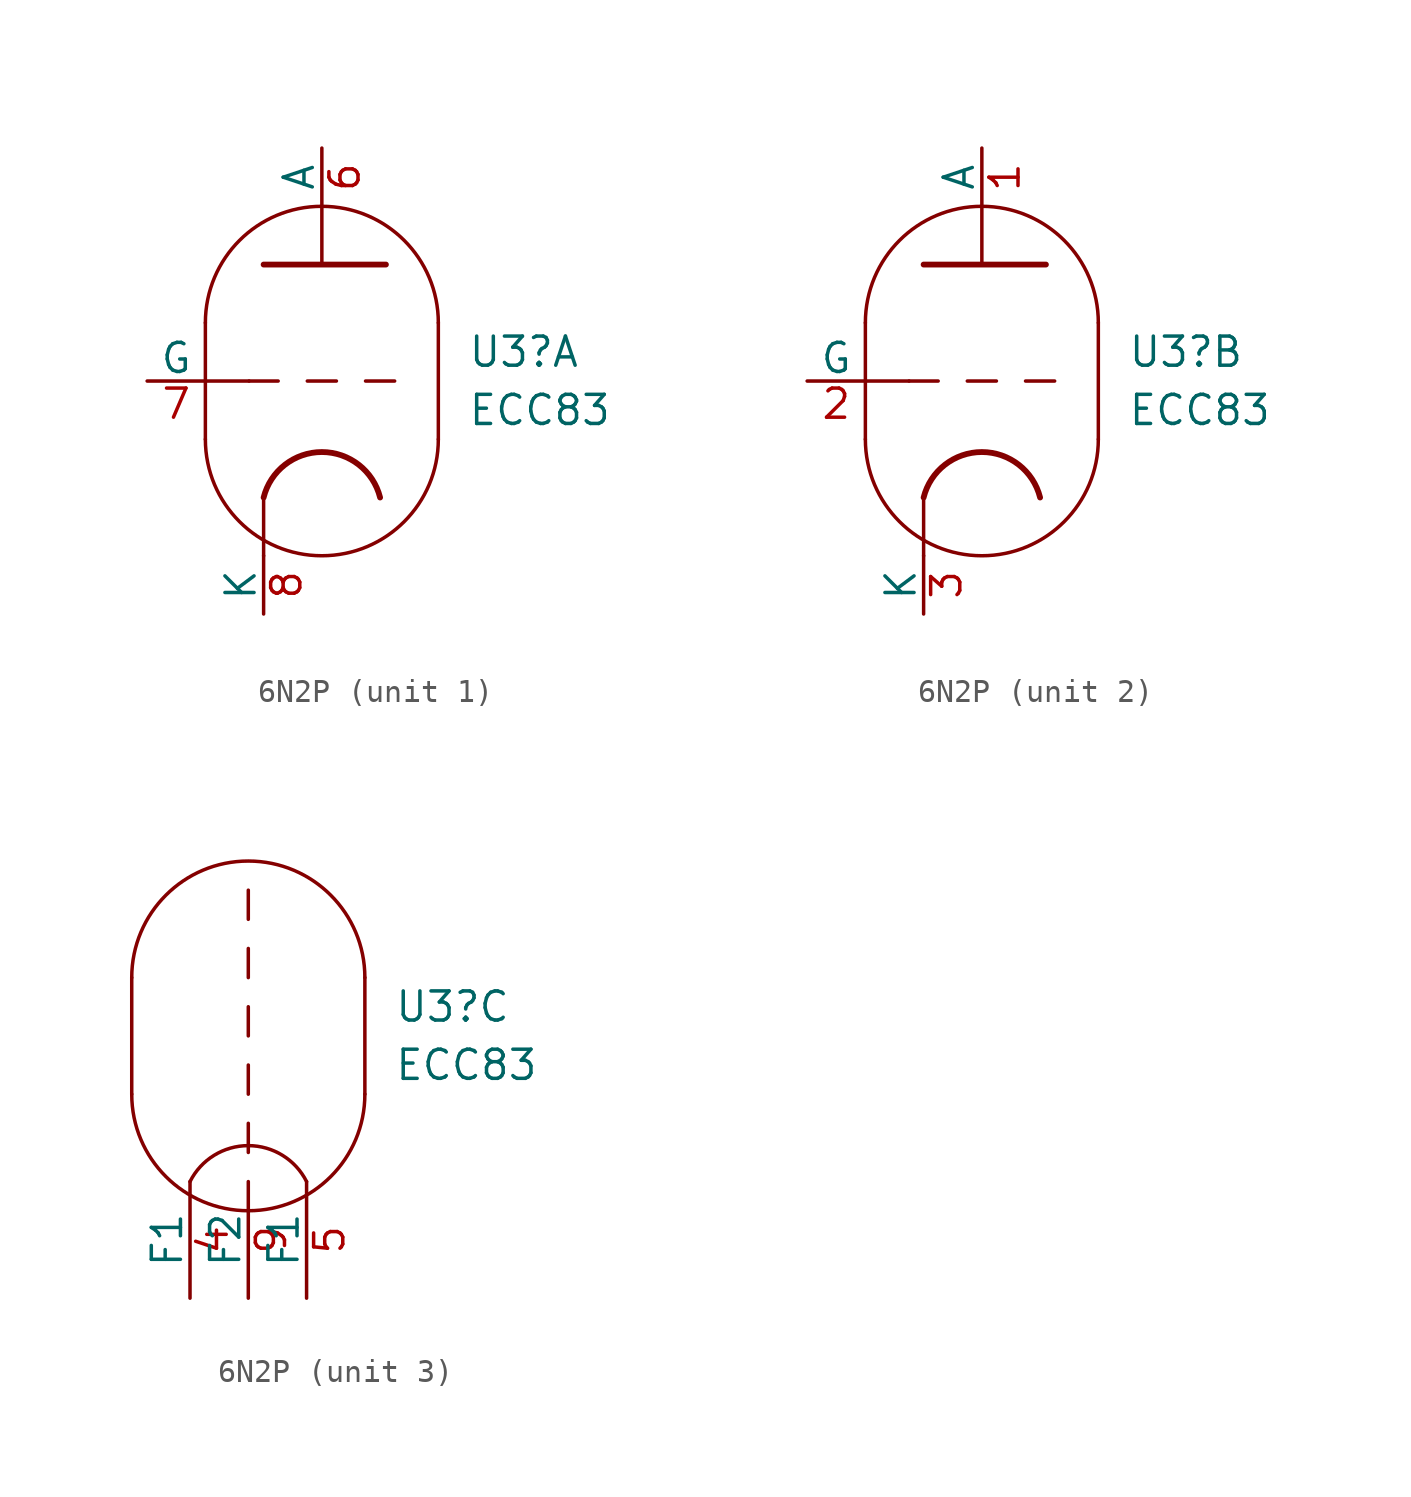
<source format=kicad_sym>
(kicad_symbol_lib
  (version 20220914)
  (generator kicad_symbol_editor)
  (symbol "6N2P"
    (pin_names
      (offset 0))
    (property "Reference" "U3"
      (at 6.35 1.27 0)
      (effects (font (size 1.27 1.27)) (justify left)))
    (property "Value" "ECC83"
      (at 6.35 -1.27 0)
      (effects (font (size 1.27 1.27)) (justify left)))
    (property "ki_locked" ""
      (at 0 0 0)
      (effects (font (size 1.27 1.27))))
    (symbol "6N2P_0_1"
      (arc (start -5.08 -2.54) (mid 0 -7.5979) (end 5.08 -2.54) (stroke (width 0) (type default)) (fill (type none)))
      (polyline (pts (xy 5.08 2.54) (xy 5.08 -2.54)) (stroke (width 0) (type default)) (fill (type none)))
      (polyline (pts (xy -5.08 2.54) (xy -5.08 -2.54) (xy -5.08 -2.54)) (stroke (width 0) (type default)) (fill (type none)))
      (arc (start 5.08 2.54) (mid 0 7.5979) (end -5.08 2.54) (stroke (width 0) (type default)) (fill (type none))))
    (symbol "6N2P_1_0"
      (polyline (pts (xy -2.54 -5.08) (xy -2.54 -7.62)) (stroke (width 0) (type default)) (fill (type none)))
      (polyline (pts (xy 0 5.08) (xy 0 7.62)) (stroke (width 0) (type default)) (fill (type none))))
    (symbol "6N2P_1_1"
      (polyline (pts (xy -5.08 0) (xy -3.175 0)) (stroke (width 0) (type default)) (fill (type none)))
      (polyline (pts (xy -1.905 0) (xy -3.175 0)) (stroke (width 0.152) (type default)) (fill (type none)))
      (polyline (pts (xy -0.635 0) (xy 0.635 0)) (stroke (width 0.152) (type default)) (fill (type none)))
      (polyline (pts (xy 1.905 0) (xy 3.175 0)) (stroke (width 0.152) (type default)) (fill (type none)))
      (polyline (pts (xy -2.54 5.08) (xy 2.794 5.08) (xy 2.794 5.08)) (stroke (width 0.254) (type default)) (fill (type none)))
      (arc (start 2.54 -5.08) (mid 0 -3.0968) (end -2.54 -5.08) (stroke (width 0.254) (type default)) (fill (type none)))
      (pin output line (at 0 10.16 270) (length 2.54) (name "A" (effects (font (size 1.27 1.27)))) (number "6" (effects (font (size 1.27 1.27)))))
      (pin input line (at -7.62 0 0) (length 2.54) (name "G" (effects (font (size 1.27 1.27)))) (number "7" (effects (font (size 1.27 1.27)))))
      (pin bidirectional line (at -2.54 -10.16 90) (length 2.54) (name "K" (effects (font (size 1.27 1.27)))) (number "8" (effects (font (size 1.27 1.27))))))
    (symbol "6N2P_2_0"
      (polyline (pts (xy -2.54 -5.08) (xy -2.54 -7.62)) (stroke (width 0) (type default)) (fill (type none)))
      (polyline (pts (xy 0 5.08) (xy 0 7.62)) (stroke (width 0) (type default)) (fill (type none))))
    (symbol "6N2P_2_1"
      (polyline (pts (xy -5.08 0) (xy -3.175 0)) (stroke (width 0) (type default)) (fill (type none)))
      (polyline (pts (xy -1.905 0) (xy -3.175 0)) (stroke (width 0.152) (type default)) (fill (type none)))
      (polyline (pts (xy -0.635 0) (xy 0.635 0)) (stroke (width 0.152) (type default)) (fill (type none)))
      (polyline (pts (xy 1.905 0) (xy 3.175 0)) (stroke (width 0.152) (type default)) (fill (type none)))
      (polyline (pts (xy -2.54 5.08) (xy 2.794 5.08) (xy 2.794 5.08)) (stroke (width 0.254) (type default)) (fill (type none)))
      (arc (start 2.54 -5.08) (mid 0 -3.0968) (end -2.54 -5.08) (stroke (width 0.254) (type default)) (fill (type none)))
      (pin output line (at 0 10.16 270) (length 2.54) (name "A" (effects (font (size 1.27 1.27)))) (number "1" (effects (font (size 1.27 1.27)))))
      (pin input line (at -7.62 0 0) (length 2.54) (name "G" (effects (font (size 1.27 1.27)))) (number "2" (effects (font (size 1.27 1.27)))))
      (pin bidirectional line (at -2.54 -10.16 90) (length 2.54) (name "K" (effects (font (size 1.27 1.27)))) (number "3" (effects (font (size 1.27 1.27))))))
    (symbol "6N2P_3_1"
      (polyline (pts (xy 0 -5.08) (xy 0 -3.81)) (stroke (width 0) (type default)) (fill (type none)))
      (polyline (pts (xy 0 -2.54) (xy 0 -1.27)) (stroke (width 0) (type default)) (fill (type none)))
      (polyline (pts (xy 0 0) (xy 0 1.27)) (stroke (width 0) (type default)) (fill (type none)))
      (polyline (pts (xy 0 2.54) (xy 0 3.81)) (stroke (width 0) (type default)) (fill (type none)))
      (polyline (pts (xy 0 5.08) (xy 0 6.35)) (stroke (width 0) (type default)) (fill (type none)))
      (arc (start 2.54 -6.35) (mid 0 -4.7823) (end -2.54 -6.35) (stroke (width 0) (type default)) (fill (type none)))
      (pin power_in line (at -2.54 -11.43 90) (length 5.08) (name "F1" (effects (font (size 1.27 1.27)))) (number "4" (effects (font (size 1.27 1.27)))))
      (pin power_in line (at 2.54 -11.43 90) (length 5.08) (name "F1" (effects (font (size 1.27 1.27)))) (number "5" (effects (font (size 1.27 1.27)))))
      (pin power_in line (at 0 -11.43 90) (length 5.08) (name "F2" (effects (font (size 1.27 1.27)))) (number "9" (effects (font (size 1.27 1.27))))))))
</source>
